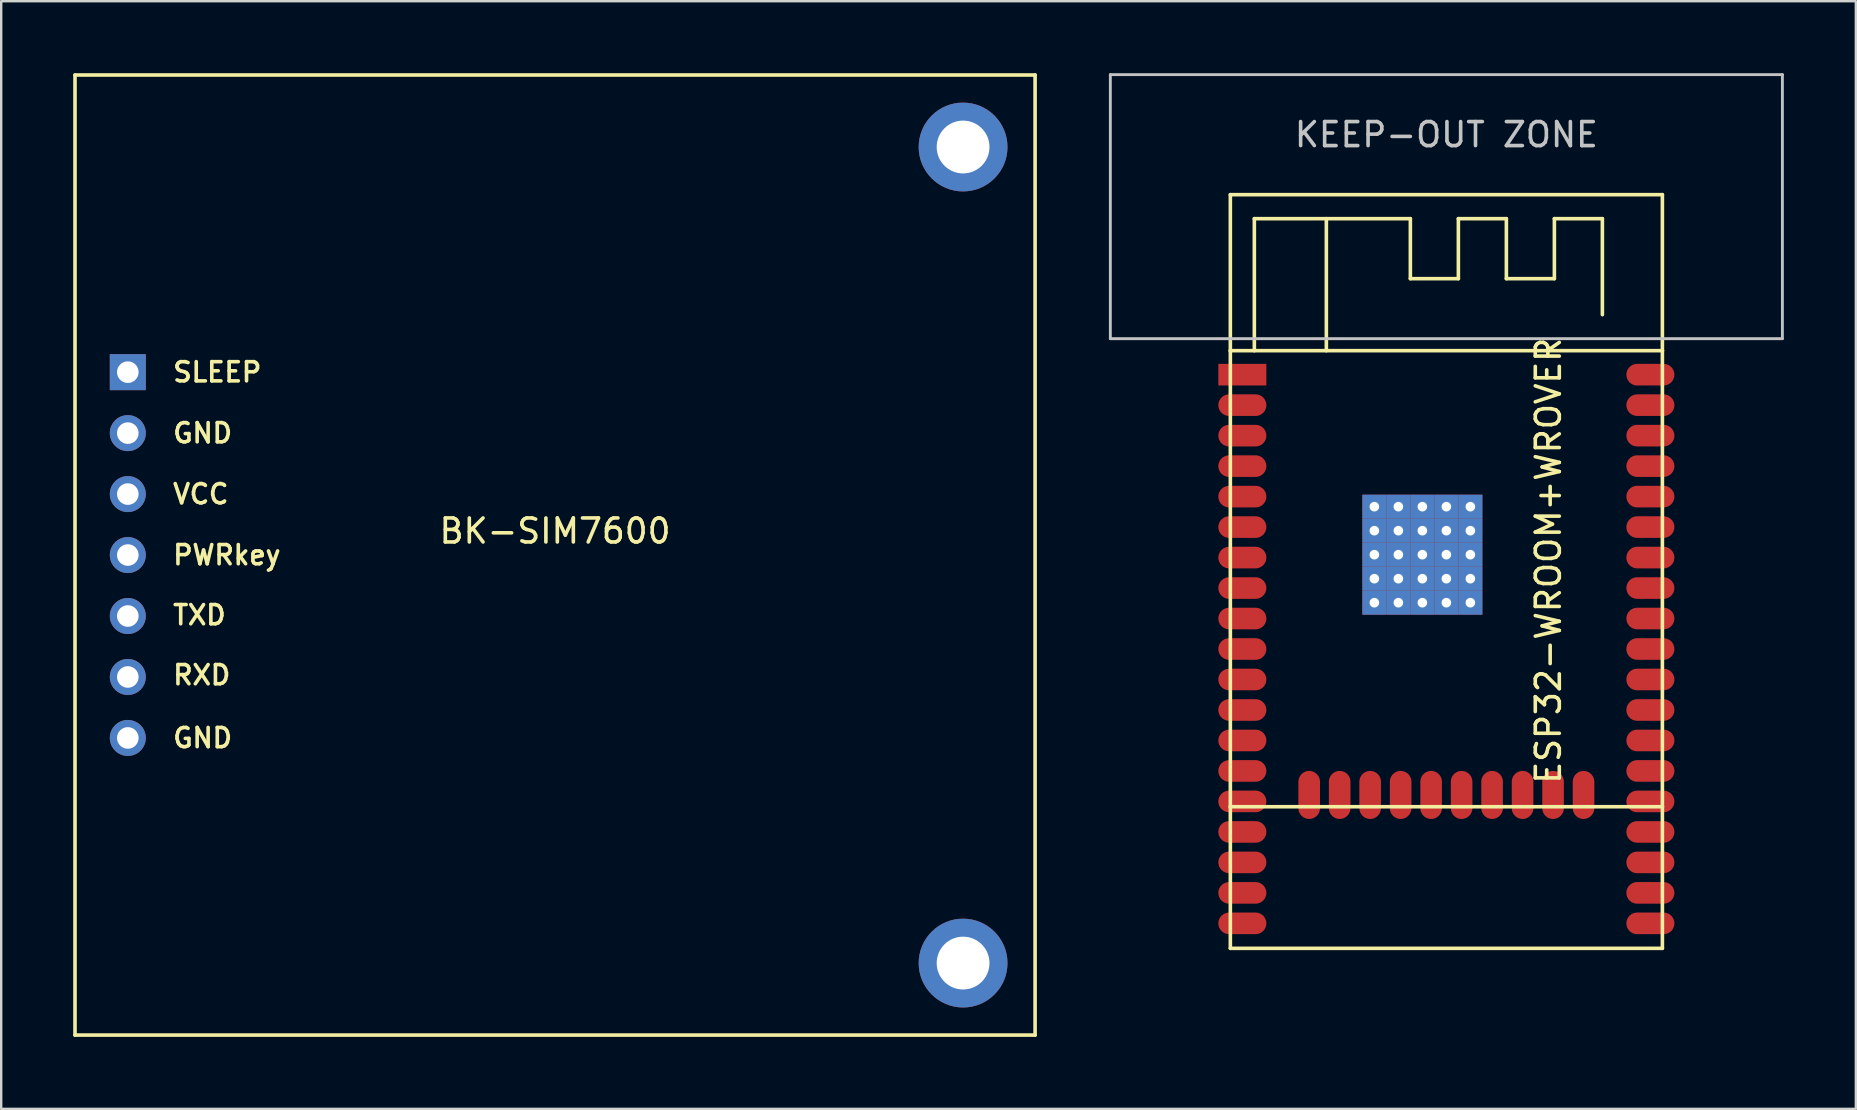
<source format=kicad_pcb>
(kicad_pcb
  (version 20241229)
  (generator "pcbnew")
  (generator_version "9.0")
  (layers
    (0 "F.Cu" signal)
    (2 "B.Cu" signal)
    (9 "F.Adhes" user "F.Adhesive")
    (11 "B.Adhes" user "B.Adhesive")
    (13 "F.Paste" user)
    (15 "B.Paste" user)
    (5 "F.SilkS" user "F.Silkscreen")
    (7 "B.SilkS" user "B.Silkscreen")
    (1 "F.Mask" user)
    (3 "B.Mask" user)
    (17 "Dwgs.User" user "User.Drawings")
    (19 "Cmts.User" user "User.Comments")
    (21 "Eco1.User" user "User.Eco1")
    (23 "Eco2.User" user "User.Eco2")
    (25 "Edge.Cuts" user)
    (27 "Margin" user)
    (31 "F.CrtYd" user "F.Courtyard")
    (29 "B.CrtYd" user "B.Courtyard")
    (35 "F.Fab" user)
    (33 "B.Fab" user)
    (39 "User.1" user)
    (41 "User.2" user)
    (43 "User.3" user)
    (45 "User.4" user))
  (footprint "ESP32-WROOM+WROVER"
    (layer "F.Cu")
    (at 57.21 12.56)
    (property "Reference" "ESP32-WROOM+WROVER" (at 4.25 7.75 90) (layer "F.SilkS") (effects (font (size 1 1) (thickness 0.15))))
    (attr smd)
    (fp_line (start -9 -1) (end -9 -7.5) (stroke (width 0.15) (type solid)) (layer "F.SilkS"))
    (fp_line (start -9 -1) (end -9 18) (stroke (width 0.15) (type solid)) (layer "F.SilkS"))
    (fp_line (start -9 -1) (end 9 -1) (stroke (width 0.15) (type solid)) (layer "F.SilkS"))
    (fp_line (start -9 18) (end -9 23.9) (stroke (width 0.15) (type solid)) (layer "F.SilkS"))
    (fp_line (start -9 18) (end 9 18) (stroke (width 0.15) (type solid)) (layer "F.SilkS"))
    (fp_line (start -9 23.9) (end 9 23.9) (stroke (width 0.15) (type solid)) (layer "F.SilkS"))
    (fp_line (start -8 -6.5) (end -1.5 -6.5) (stroke (width 0.15) (type solid)) (layer "F.SilkS"))
    (fp_line (start -8 -1) (end -8 -6.5) (stroke (width 0.15) (type solid)) (layer "F.SilkS"))
    (fp_line (start -5 -6.5) (end -5 -1) (stroke (width 0.15) (type solid)) (layer "F.SilkS"))
    (fp_line (start -1.5 -6.5) (end -1.5 -4) (stroke (width 0.15) (type solid)) (layer "F.SilkS"))
    (fp_line (start -1.5 -4) (end 0.5 -4) (stroke (width 0.15) (type solid)) (layer "F.SilkS"))
    (fp_line (start 0.5 -6.5) (end 2.5 -6.5) (stroke (width 0.15) (type solid)) (layer "F.SilkS"))
    (fp_line (start 0.5 -4) (end 0.5 -6.5) (stroke (width 0.15) (type solid)) (layer "F.SilkS"))
    (fp_line (start 2.5 -6.5) (end 2.5 -4) (stroke (width 0.15) (type solid)) (layer "F.SilkS"))
    (fp_line (start 2.5 -4) (end 4.5 -4) (stroke (width 0.15) (type solid)) (layer "F.SilkS"))
    (fp_line (start 4.5 -6.5) (end 6.5 -6.5) (stroke (width 0.15) (type solid)) (layer "F.SilkS"))
    (fp_line (start 4.5 -4) (end 4.5 -6.5) (stroke (width 0.15) (type solid)) (layer "F.SilkS"))
    (fp_line (start 6.5 -6.5) (end 6.5 -2.5) (stroke (width 0.15) (type solid)) (layer "F.SilkS"))
    (fp_line (start 9 -7.5) (end -9 -7.5) (stroke (width 0.15) (type solid)) (layer "F.SilkS"))
    (fp_line (start 9 -1) (end 9 -7.5) (stroke (width 0.15) (type solid)) (layer "F.SilkS"))
    (fp_line (start 9 18) (end 9 -1) (stroke (width 0.15) (type solid)) (layer "F.SilkS"))
    (fp_line (start 9 23.9) (end 9 18) (stroke (width 0.15) (type solid)) (layer "F.SilkS"))
    (fp_line (start -14 -12.5) (end -14 -1.5) (stroke (width 0.12) (type solid)) (layer "Dwgs.User"))
    (fp_line (start -14 -1.5) (end -9 -1.5) (stroke (width 0.12) (type solid)) (layer "Dwgs.User"))
    (fp_line (start 9 -1.5) (end -9 -1.5) (stroke (width 0.12) (type solid)) (layer "Dwgs.User"))
    (fp_line (start 9 -1.5) (end 14 -1.5) (stroke (width 0.12) (type solid)) (layer "Dwgs.User"))
    (fp_line (start 14 -12.5) (end -14 -12.5) (stroke (width 0.12) (type solid)) (layer "Dwgs.User"))
    (fp_line (start 14 -1.5) (end 14 -12.5) (stroke (width 0.12) (type solid)) (layer "Dwgs.User"))
    (fp_text user "KEEP-OUT ZONE" (at 0 -10 0) (layer "Dwgs.User") (effects (font (size 1 1) (thickness 0.15))))
    (pad "1" smd rect (at -8.5 0) (size 2 0.9) (layers "F.Cu" "F.Mask" "F.Paste"))
    (pad "2" smd oval (at -8.5 1.27) (size 2 0.9) (layers "F.Cu" "F.Mask" "F.Paste"))
    (pad "3" smd oval (at -8.5 2.54) (size 2 0.9) (layers "F.Cu" "F.Mask" "F.Paste"))
    (pad "4" smd oval (at -8.5 3.81) (size 2 0.9) (layers "F.Cu" "F.Mask" "F.Paste"))
    (pad "5" smd oval (at -8.5 5.08) (size 2 0.9) (layers "F.Cu" "F.Mask" "F.Paste"))
    (pad "6" smd oval (at -8.5 6.35) (size 2 0.9) (layers "F.Cu" "F.Mask" "F.Paste"))
    (pad "7" smd oval (at -8.5 7.62) (size 2 0.9) (layers "F.Cu" "F.Mask" "F.Paste"))
    (pad "8" smd oval (at -8.5 8.89) (size 2 0.9) (layers "F.Cu" "F.Mask" "F.Paste"))
    (pad "9" smd oval (at -8.5 10.16) (size 2 0.9) (layers "F.Cu" "F.Mask" "F.Paste"))
    (pad "10" smd oval (at -8.5 11.43) (size 2 0.9) (layers "F.Cu" "F.Mask" "F.Paste"))
    (pad "11" smd oval (at -8.5 12.7) (size 2 0.9) (layers "F.Cu" "F.Mask" "F.Paste"))
    (pad "12" smd oval (at -8.5 13.97) (size 2 0.9) (layers "F.Cu" "F.Mask" "F.Paste"))
    (pad "13" smd oval (at -8.5 15.24) (size 2 0.9) (layers "F.Cu" "F.Mask" "F.Paste"))
    (pad "14" smd oval (at -8.5 16.51) (size 2 0.9) (layers "F.Cu" "F.Mask" "F.Paste"))
    (pad "15" smd oval (at -8.5 17.78) (size 2 0.9) (layers "F.Cu" "F.Mask" "F.Paste"))
    (pad "15" smd oval (at -5.715 17.51 90) (size 2 0.9) (layers "F.Cu" "F.Mask" "F.Paste"))
    (pad "16" smd oval (at -8.5 19.05) (size 2 0.9) (layers "F.Cu" "F.Mask" "F.Paste"))
    (pad "16" smd oval (at -4.445 17.51 90) (size 2 0.9) (layers "F.Cu" "F.Mask" "F.Paste"))
    (pad "17" smd oval (at -8.5 20.32) (size 2 0.9) (layers "F.Cu" "F.Mask" "F.Paste"))
    (pad "17" smd oval (at -3.175 17.51 90) (size 2 0.9) (layers "F.Cu" "F.Mask" "F.Paste"))
    (pad "18" smd oval (at -8.5 21.59) (size 2 0.9) (layers "F.Cu" "F.Mask" "F.Paste"))
    (pad "18" smd oval (at -1.905 17.51 90) (size 2 0.9) (layers "F.Cu" "F.Mask" "F.Paste"))
    (pad "19" smd oval (at -8.5 22.86) (size 2 0.9) (layers "F.Cu" "F.Mask" "F.Paste"))
    (pad "19" smd oval (at -0.635 17.51 90) (size 2 0.9) (layers "F.Cu" "F.Mask" "F.Paste"))
    (pad "20" smd oval (at 0.635 17.51 90) (size 2 0.9) (layers "F.Cu" "F.Mask" "F.Paste"))
    (pad "20" smd oval (at 8.5 22.86) (size 2 0.9) (layers "F.Cu" "F.Mask" "F.Paste"))
    (pad "21" smd oval (at 1.905 17.51 90) (size 2 0.9) (layers "F.Cu" "F.Mask" "F.Paste"))
    (pad "21" smd oval (at 8.5 21.59) (size 2 0.9) (layers "F.Cu" "F.Mask" "F.Paste"))
    (pad "22" smd oval (at 3.175 17.51 90) (size 2 0.9) (layers "F.Cu" "F.Mask" "F.Paste"))
    (pad "22" smd oval (at 8.5 20.32) (size 2 0.9) (layers "F.Cu" "F.Mask" "F.Paste"))
    (pad "23" smd oval (at 4.445 17.51 90) (size 2 0.9) (layers "F.Cu" "F.Mask" "F.Paste"))
    (pad "23" smd oval (at 8.5 19.05) (size 2 0.9) (layers "F.Cu" "F.Mask" "F.Paste"))
    (pad "24" smd oval (at 5.715 17.51 90) (size 2 0.9) (layers "F.Cu" "F.Mask" "F.Paste"))
    (pad "24" smd oval (at 8.5 17.78) (size 2 0.9) (layers "F.Cu" "F.Mask" "F.Paste"))
    (pad "25" smd oval (at 8.5 16.51) (size 2 0.9) (layers "F.Cu" "F.Mask" "F.Paste"))
    (pad "26" smd oval (at 8.5 15.24) (size 2 0.9) (layers "F.Cu" "F.Mask" "F.Paste"))
    (pad "27" smd oval (at 8.5 13.97) (size 2 0.9) (layers "F.Cu" "F.Mask" "F.Paste"))
    (pad "28" smd oval (at 8.5 12.7) (size 2 0.9) (layers "F.Cu" "F.Mask" "F.Paste"))
    (pad "29" smd oval (at 8.5 11.43) (size 2 0.9) (layers "F.Cu" "F.Mask" "F.Paste"))
    (pad "30" smd oval (at 8.5 10.16) (size 2 0.9) (layers "F.Cu" "F.Mask" "F.Paste"))
    (pad "31" smd oval (at 8.5 8.89) (size 2 0.9) (layers "F.Cu" "F.Mask" "F.Paste"))
    (pad "32" smd oval (at 8.5 7.62) (size 2 0.9) (layers "F.Cu" "F.Mask" "F.Paste"))
    (pad "33" smd oval (at 8.5 6.35) (size 2 0.9) (layers "F.Cu" "F.Mask" "F.Paste"))
    (pad "34" smd oval (at 8.5 5.08) (size 2 0.9) (layers "F.Cu" "F.Mask" "F.Paste"))
    (pad "35" smd oval (at 8.5 3.81) (size 2 0.9) (layers "F.Cu" "F.Mask" "F.Paste"))
    (pad "36" smd oval (at 8.5 2.54) (size 2 0.9) (layers "F.Cu" "F.Mask" "F.Paste"))
    (pad "37" smd oval (at 8.5 1.27) (size 2 0.9) (layers "F.Cu" "F.Mask" "F.Paste"))
    (pad "38" smd oval (at 8.5 0) (size 2 0.9) (layers "F.Cu" "F.Mask" "F.Paste"))
    (pad "PAD" thru_hole rect (at -3 5.5) (size 1 1) (drill 0.4) (layers "*.Cu" "*.Mask"))
    (pad "PAD" thru_hole rect (at -3 6.5) (size 1 1) (drill 0.4) (layers "*.Cu" "*.Mask"))
    (pad "PAD" thru_hole rect (at -3 7.5) (size 1 1) (drill 0.4) (layers "*.Cu" "*.Mask"))
    (pad "PAD" thru_hole rect (at -3 8.5) (size 1 1) (drill 0.4) (layers "*.Cu" "*.Mask"))
    (pad "PAD" thru_hole rect (at -3 9.5) (size 1 1) (drill 0.4) (layers "*.Cu" "*.Mask"))
    (pad "PAD" thru_hole rect (at -2 5.5) (size 1 1) (drill 0.4) (layers "*.Cu" "*.Mask"))
    (pad "PAD" thru_hole rect (at -2 6.5) (size 1 1) (drill 0.4) (layers "*.Cu" "*.Mask"))
    (pad "PAD" thru_hole rect (at -2 7.5) (size 1 1) (drill 0.4) (layers "*.Cu" "*.Mask"))
    (pad "PAD" thru_hole rect (at -2 8.5) (size 1 1) (drill 0.4) (layers "*.Cu" "*.Mask"))
    (pad "PAD" thru_hole rect (at -2 9.5) (size 1 1) (drill 0.4) (layers "*.Cu" "*.Mask"))
    (pad "PAD" thru_hole rect (at -1 5.5) (size 1 1) (drill 0.4) (layers "*.Cu" "*.Mask"))
    (pad "PAD" thru_hole rect (at -1 6.5) (size 1 1) (drill 0.4) (layers "*.Cu" "*.Mask"))
    (pad "PAD" thru_hole rect (at -1 7.5) (size 1 1) (drill 0.4) (layers "*.Cu" "*.Mask"))
    (pad "PAD" thru_hole rect (at -1 8.5) (size 1 1) (drill 0.4) (layers "*.Cu" "*.Mask"))
    (pad "PAD" thru_hole rect (at -1 9.5) (size 1 1) (drill 0.4) (layers "*.Cu" "*.Mask"))
    (pad "PAD" thru_hole rect (at 0 5.5) (size 1 1) (drill 0.4) (layers "*.Cu" "*.Mask"))
    (pad "PAD" thru_hole rect (at 0 6.5) (size 1 1) (drill 0.4) (layers "*.Cu" "*.Mask"))
    (pad "PAD" thru_hole rect (at 0 7.5) (size 1 1) (drill 0.4) (layers "*.Cu" "*.Mask"))
    (pad "PAD" thru_hole rect (at 0 8.5) (size 1 1) (drill 0.4) (layers "*.Cu" "*.Mask"))
    (pad "PAD" thru_hole rect (at 0 9.5) (size 1 1) (drill 0.4) (layers "*.Cu" "*.Mask"))
    (pad "PAD" thru_hole rect (at 1 5.5) (size 1 1) (drill 0.4) (layers "*.Cu" "*.Mask"))
    (pad "PAD" thru_hole rect (at 1 6.5) (size 1 1) (drill 0.4) (layers "*.Cu" "*.Mask"))
    (pad "PAD" thru_hole rect (at 1 7.5) (size 1 1) (drill 0.4) (layers "*.Cu" "*.Mask"))
    (pad "PAD" thru_hole rect (at 1 8.5) (size 1 1) (drill 0.4) (layers "*.Cu" "*.Mask"))
    (pad "PAD" thru_hole rect (at 1 9.5) (size 1 1) (drill 0.4) (layers "*.Cu" "*.Mask")))
  (footprint "BK-SIM7600"
    (layer "F.Cu")
    (at 20.075 20.075)
    (property "Reference" "BK-SIM7600" (at 0 -1 0) (layer "F.SilkS") (effects (font (size 1 1) (thickness 0.15))))
    (attr through_hole)
    (fp_line (start -20 20) (end -20 -20) (stroke (width 0.15) (type solid)) (layer "F.SilkS"))
    (fp_line (start -20 20) (end 20 20) (stroke (width 0.15) (type solid)) (layer "F.SilkS"))
    (fp_line (start 20 -20) (end -20 -20) (stroke (width 0.15) (type solid)) (layer "F.SilkS"))
    (fp_line (start 20 20) (end 20 -20) (stroke (width 0.15) (type default)) (layer "F.SilkS"))
    (fp_text user "VCC" (at -16 -2.54 0) (layer "F.SilkS") (effects (font (size 0.8 0.8) (thickness 0.15)) (justify left)))
    (fp_text user "RXD" (at -16 5 0) (layer "F.SilkS") (effects (font (size 0.8 0.8) (thickness 0.15)) (justify left)))
    (fp_text user "PWRkey" (at -16 0 0) (layer "F.SilkS") (effects (font (size 0.8 0.8) (thickness 0.15)) (justify left)))
    (fp_text user "GND" (at -16 -5.08 0) (layer "F.SilkS") (effects (font (size 0.8 0.8) (thickness 0.15)) (justify left)))
    (fp_text user "SLEEP" (at -16 -7.62 0) (layer "F.SilkS") (effects (font (size 0.8 0.8) (thickness 0.15)) (justify left)))
    (fp_text user "GND" (at -16 7.62 0) (layer "F.SilkS") (effects (font (size 0.8 0.8) (thickness 0.15)) (justify left)))
    (fp_text user "TXD" (at -16 2.5 0) (layer "F.SilkS") (effects (font (size 0.8 0.8) (thickness 0.15)) (justify left)))
    (pad "" thru_hole circle (at 17 -17) (size 3.7 3.7) (drill 2.2) (layers "*.Cu" "*.Mask"))
    (pad "" thru_hole circle (at 17 17) (size 3.7 3.7) (drill 2.2) (layers "*.Cu" "*.Mask"))
    (pad "1" thru_hole rect (at -17.8 -7.62) (size 1.5 1.5) (drill 0.9) (layers "*.Cu" "*.Mask"))
    (pad "2" thru_hole circle (at -17.8 -5.08) (size 1.5 1.5) (drill 0.9) (layers "*.Cu" "*.Mask"))
    (pad "3" thru_hole circle (at -17.8 -2.54) (size 1.5 1.5) (drill 0.9) (layers "*.Cu" "*.Mask"))
    (pad "4" thru_hole circle (at -17.8 0) (size 1.5 1.5) (drill 0.9) (layers "*.Cu" "*.Mask"))
    (pad "5" thru_hole circle (at -17.8 2.54) (size 1.5 1.5) (drill 0.9) (layers "*.Cu" "*.Mask"))
    (pad "6" thru_hole circle (at -17.8 5.08) (size 1.5 1.5) (drill 0.9) (layers "*.Cu" "*.Mask"))
    (pad "7" thru_hole circle (at -17.8 7.62) (size 1.5 1.5) (drill 0.9) (layers "*.Cu" "*.Mask")))
  (gr_rect
    (start -3 -3)
    (end 74.27 43.15)
    (stroke (width 0.1) (type default))
    (fill no)
    (layer "Edge.Cuts")))
</source>
